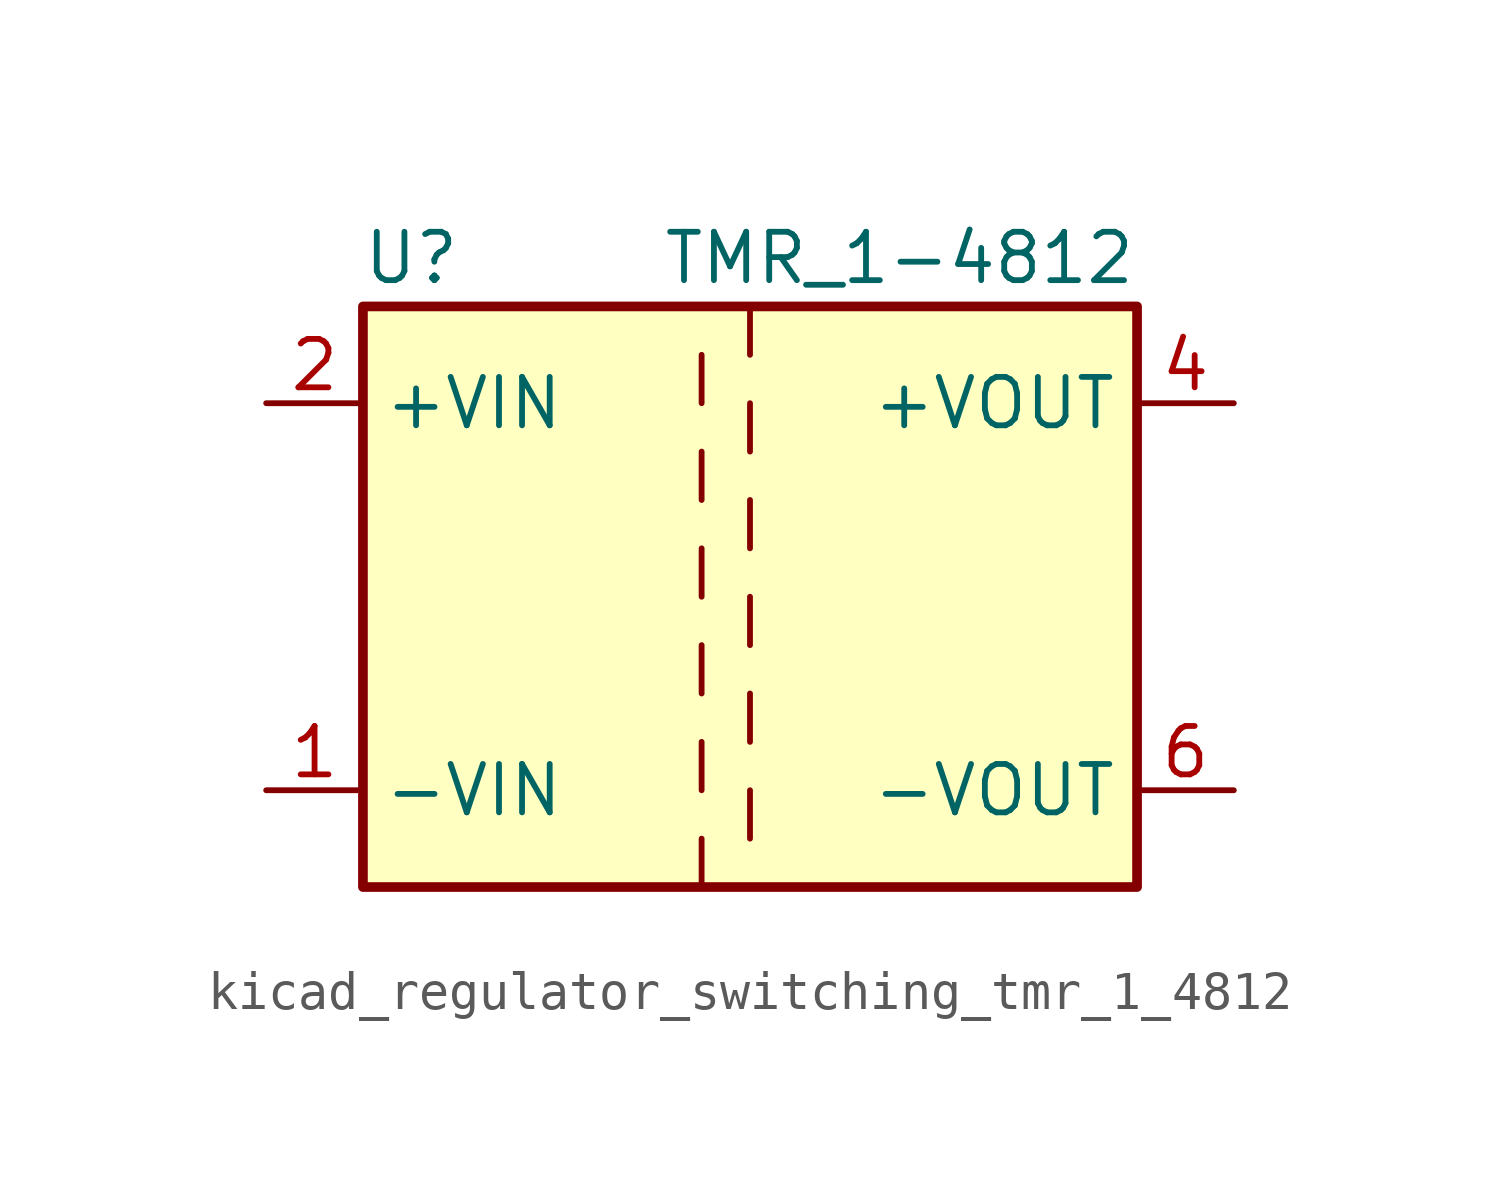
<source format=kicad_sym>
(kicad_symbol_lib
  (version 20220914)
  (generator kicad_symbol_editor)
  (symbol "kicad_regulator_switching_tmr_1_4812"
    (property "Reference" "U"
      (at -8.89 8.89 0)
      (effects (font (size 1.27 1.27))))
    (property "Value" "TMR_1-4812"
      (at 10.16 8.89 0)
      (effects (font (size 1.27 1.27)) (justify right)))
    (symbol "kicad_regulator_switching_tmr_1_4812_0_1"
      (rectangle (start -10.16 7.62) (end 10.16 -7.62) (stroke (width 0.254) (type default)) (fill (type background)))
      (polyline (pts (xy -1.27 -7.62) (xy -1.27 -6.35)) (stroke (width 0) (type default)) (fill (type none)))
      (polyline (pts (xy -1.27 -5.08) (xy -1.27 -3.81)) (stroke (width 0) (type default)) (fill (type none)))
      (polyline (pts (xy -1.27 -2.54) (xy -1.27 -1.27)) (stroke (width 0) (type default)) (fill (type none)))
      (polyline (pts (xy -1.27 0) (xy -1.27 1.27)) (stroke (width 0) (type default)) (fill (type none)))
      (polyline (pts (xy -1.27 2.54) (xy -1.27 3.81)) (stroke (width 0) (type default)) (fill (type none)))
      (polyline (pts (xy -1.27 5.08) (xy -1.27 6.35)) (stroke (width 0) (type default)) (fill (type none)))
      (polyline (pts (xy 0 -5.08) (xy 0 -6.35)) (stroke (width 0) (type default)) (fill (type none)))
      (polyline (pts (xy 0 -2.54) (xy 0 -3.81)) (stroke (width 0) (type default)) (fill (type none)))
      (polyline (pts (xy 0 0) (xy 0 -1.27)) (stroke (width 0) (type default)) (fill (type none)))
      (polyline (pts (xy 0 2.54) (xy 0 1.27)) (stroke (width 0) (type default)) (fill (type none)))
      (polyline (pts (xy 0 5.08) (xy 0 3.81)) (stroke (width 0) (type default)) (fill (type none)))
      (polyline (pts (xy 0 7.62) (xy 0 6.35)) (stroke (width 0) (type default)) (fill (type none))))
    (symbol "kicad_regulator_switching_tmr_1_4812_1_1"
      (pin power_in line (at -12.7 -5.08 0) (length 2.54) (name "-VIN" (effects (font (size 1.27 1.27)))) (number "1" (effects (font (size 1.27 1.27)))))
      (pin power_in line (at -12.7 5.08 0) (length 2.54) (name "+VIN" (effects (font (size 1.27 1.27)))) (number "2" (effects (font (size 1.27 1.27)))))
      (pin power_out line (at 12.7 5.08 180) (length 2.54) (name "+VOUT" (effects (font (size 1.27 1.27)))) (number "4" (effects (font (size 1.27 1.27)))))
      (pin power_out line (at 12.7 -5.08 180) (length 2.54) (name "-VOUT" (effects (font (size 1.27 1.27)))) (number "6" (effects (font (size 1.27 1.27))))))))
</source>
